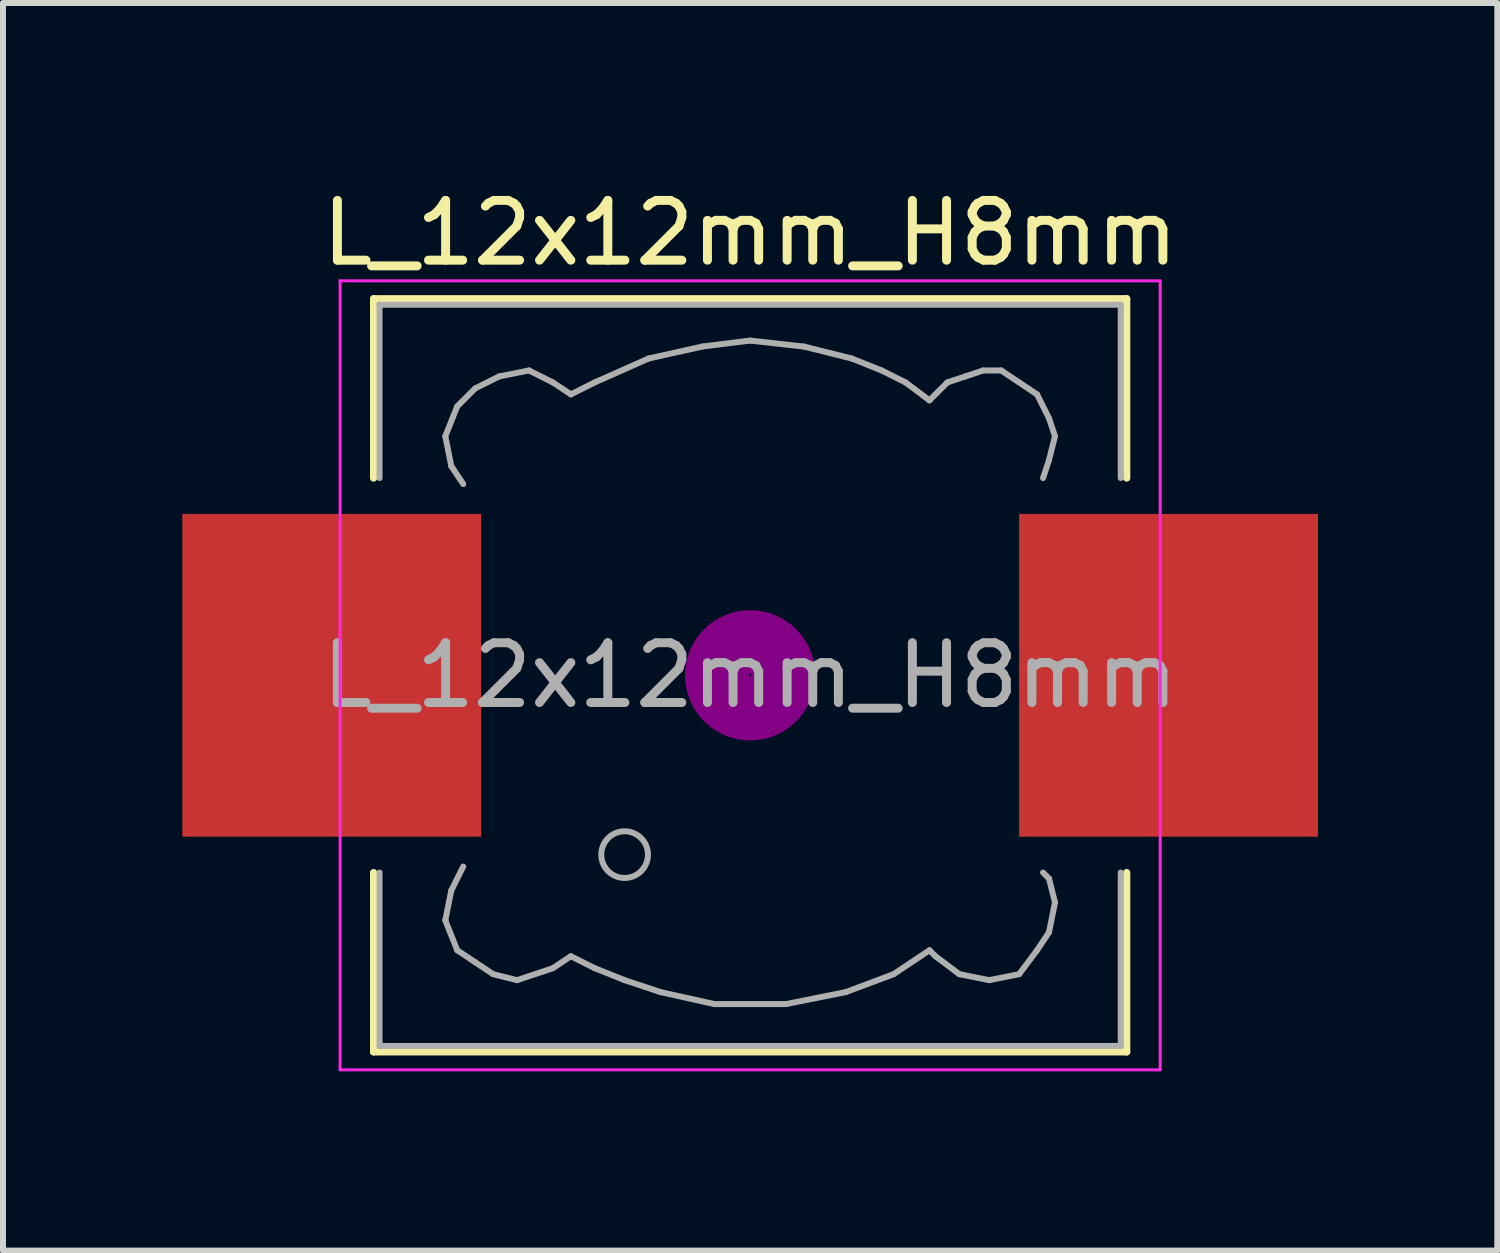
<source format=kicad_pcb>
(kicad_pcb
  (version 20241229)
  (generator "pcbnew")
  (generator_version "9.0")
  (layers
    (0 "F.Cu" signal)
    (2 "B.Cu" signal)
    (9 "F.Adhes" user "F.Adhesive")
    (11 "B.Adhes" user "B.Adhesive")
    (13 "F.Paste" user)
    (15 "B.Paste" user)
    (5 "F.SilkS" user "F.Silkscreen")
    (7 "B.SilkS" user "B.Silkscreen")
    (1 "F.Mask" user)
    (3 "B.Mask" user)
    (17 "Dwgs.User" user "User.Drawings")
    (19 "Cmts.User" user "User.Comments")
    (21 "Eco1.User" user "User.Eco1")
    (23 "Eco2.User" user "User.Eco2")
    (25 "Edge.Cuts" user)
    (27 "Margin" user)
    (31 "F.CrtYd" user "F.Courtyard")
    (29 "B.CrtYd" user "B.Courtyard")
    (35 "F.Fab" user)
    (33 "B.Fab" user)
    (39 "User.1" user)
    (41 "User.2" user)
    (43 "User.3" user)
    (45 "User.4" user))
  (footprint "L_12x12mm_H8mm"
    (layer "F.Cu")
    (at 9.5 8.248)
    (property "Reference" "L_12x12mm_H8mm" (at 0 -7.4 0) (layer "F.SilkS") (effects (font (size 1 1) (thickness 0.15))))
    (attr smd)
    (fp_line (start -6.3 -6.3) (end 6.3 -6.3) (stroke (width 0.12) (type solid)) (layer "F.SilkS"))
    (fp_line (start -6.3 -3.3) (end -6.3 -6.3) (stroke (width 0.12) (type solid)) (layer "F.SilkS"))
    (fp_line (start -6.3 6.3) (end -6.3 3.3) (stroke (width 0.12) (type solid)) (layer "F.SilkS"))
    (fp_line (start 6.3 -6.3) (end 6.3 -3.3) (stroke (width 0.12) (type solid)) (layer "F.SilkS"))
    (fp_line (start 6.3 3.3) (end 6.3 6.3) (stroke (width 0.12) (type solid)) (layer "F.SilkS"))
    (fp_line (start 6.3 6.3) (end -6.3 6.3) (stroke (width 0.12) (type solid)) (layer "F.SilkS"))
    (fp_circle (center 0 0) (end 0.15 0.15) (stroke (width 0.38) (type solid)) (fill no) (layer "F.Adhes"))
    (fp_circle (center 0 0) (end 0.55 0) (stroke (width 0.38) (type solid)) (fill no) (layer "F.Adhes"))
    (fp_circle (center 0 0) (end 0.9 0) (stroke (width 0.38) (type solid)) (fill no) (layer "F.Adhes"))
    (fp_line (start -6.86 -6.6) (end 6.86 -6.6) (stroke (width 0.05) (type solid)) (layer "F.CrtYd"))
    (fp_line (start -6.86 6.6) (end -6.86 -6.6) (stroke (width 0.05) (type solid)) (layer "F.CrtYd"))
    (fp_line (start 6.86 -6.6) (end 6.86 6.6) (stroke (width 0.05) (type solid)) (layer "F.CrtYd"))
    (fp_line (start 6.86 6.6) (end -6.86 6.6) (stroke (width 0.05) (type solid)) (layer "F.CrtYd"))
    (fp_line (start -6.2 -6.2) (end -6.2 -3.3) (stroke (width 0.1) (type solid)) (layer "F.Fab"))
    (fp_line (start -6.2 3.3) (end -6.2 6.2) (stroke (width 0.1) (type solid)) (layer "F.Fab"))
    (fp_line (start -6.2 6.2) (end 6.2 6.2) (stroke (width 0.1) (type solid)) (layer "F.Fab"))
    (fp_line (start -5.1 -4) (end -5 -3.5) (stroke (width 0.1) (type solid)) (layer "F.Fab"))
    (fp_line (start -5.1 4.1) (end -5 3.6) (stroke (width 0.1) (type solid)) (layer "F.Fab"))
    (fp_line (start -5 -3.5) (end -4.8 -3.2) (stroke (width 0.1) (type solid)) (layer "F.Fab"))
    (fp_line (start -5 3.6) (end -4.8 3.2) (stroke (width 0.1) (type solid)) (layer "F.Fab"))
    (fp_line (start -4.9 -4.5) (end -5.1 -4) (stroke (width 0.1) (type solid)) (layer "F.Fab"))
    (fp_line (start -4.9 4.6) (end -5.1 4.1) (stroke (width 0.1) (type solid)) (layer "F.Fab"))
    (fp_line (start -4.6 -4.8) (end -4.9 -4.5) (stroke (width 0.1) (type solid)) (layer "F.Fab"))
    (fp_line (start -4.6 4.8) (end -4.9 4.6) (stroke (width 0.1) (type solid)) (layer "F.Fab"))
    (fp_line (start -4.3 5) (end -4.6 4.8) (stroke (width 0.1) (type solid)) (layer "F.Fab"))
    (fp_line (start -4.2 -5) (end -4.6 -4.8) (stroke (width 0.1) (type solid)) (layer "F.Fab"))
    (fp_line (start -3.9 5.1) (end -4.3 5) (stroke (width 0.1) (type solid)) (layer "F.Fab"))
    (fp_line (start -3.7 -5.1) (end -4.2 -5) (stroke (width 0.1) (type solid)) (layer "F.Fab"))
    (fp_line (start -3.3 -4.9) (end -3.7 -5.1) (stroke (width 0.1) (type solid)) (layer "F.Fab"))
    (fp_line (start -3.3 4.9) (end -3.9 5.1) (stroke (width 0.1) (type solid)) (layer "F.Fab"))
    (fp_line (start -3 -4.7) (end -3.3 -4.9) (stroke (width 0.1) (type solid)) (layer "F.Fab"))
    (fp_line (start -3 4.7) (end -3.3 4.9) (stroke (width 0.1) (type solid)) (layer "F.Fab"))
    (fp_line (start -2.6 -4.9) (end -3 -4.7) (stroke (width 0.1) (type solid)) (layer "F.Fab"))
    (fp_line (start -2.6 4.9) (end -3 4.7) (stroke (width 0.1) (type solid)) (layer "F.Fab"))
    (fp_line (start -2.1 5.1) (end -2.6 4.9) (stroke (width 0.1) (type solid)) (layer "F.Fab"))
    (fp_line (start -1.7 -5.3) (end -2.6 -4.9) (stroke (width 0.1) (type solid)) (layer "F.Fab"))
    (fp_line (start -1.5 5.3) (end -2.1 5.1) (stroke (width 0.1) (type solid)) (layer "F.Fab"))
    (fp_line (start -0.8 -5.5) (end -1.7 -5.3) (stroke (width 0.1) (type solid)) (layer "F.Fab"))
    (fp_line (start -0.6 5.5) (end -1.5 5.3) (stroke (width 0.1) (type solid)) (layer "F.Fab"))
    (fp_line (start 0 -5.6) (end -0.8 -5.5) (stroke (width 0.1) (type solid)) (layer "F.Fab"))
    (fp_line (start 0.6 5.5) (end -0.6 5.5) (stroke (width 0.1) (type solid)) (layer "F.Fab"))
    (fp_line (start 0.9 -5.5) (end 0 -5.6) (stroke (width 0.1) (type solid)) (layer "F.Fab"))
    (fp_line (start 1.6 5.3) (end 0.6 5.5) (stroke (width 0.1) (type solid)) (layer "F.Fab"))
    (fp_line (start 1.7 -5.3) (end 0.9 -5.5) (stroke (width 0.1) (type solid)) (layer "F.Fab"))
    (fp_line (start 2.2 -5.1) (end 1.7 -5.3) (stroke (width 0.1) (type solid)) (layer "F.Fab"))
    (fp_line (start 2.4 5) (end 1.6 5.3) (stroke (width 0.1) (type solid)) (layer "F.Fab"))
    (fp_line (start 2.6 -4.9) (end 2.2 -5.1) (stroke (width 0.1) (type solid)) (layer "F.Fab"))
    (fp_line (start 3 -4.6) (end 2.6 -4.9) (stroke (width 0.1) (type solid)) (layer "F.Fab"))
    (fp_line (start 3 4.6) (end 2.4 5) (stroke (width 0.1) (type solid)) (layer "F.Fab"))
    (fp_line (start 3.1 4.7) (end 3 4.6) (stroke (width 0.1) (type solid)) (layer "F.Fab"))
    (fp_line (start 3.3 -4.9) (end 3 -4.6) (stroke (width 0.1) (type solid)) (layer "F.Fab"))
    (fp_line (start 3.5 5) (end 3.1 4.7) (stroke (width 0.1) (type solid)) (layer "F.Fab"))
    (fp_line (start 3.6 -5) (end 3.3 -4.9) (stroke (width 0.1) (type solid)) (layer "F.Fab"))
    (fp_line (start 3.9 -5.1) (end 3.6 -5) (stroke (width 0.1) (type solid)) (layer "F.Fab"))
    (fp_line (start 4 5.1) (end 3.5 5) (stroke (width 0.1) (type solid)) (layer "F.Fab"))
    (fp_line (start 4.2 -5.1) (end 3.9 -5.1) (stroke (width 0.1) (type solid)) (layer "F.Fab"))
    (fp_line (start 4.5 -4.9) (end 4.2 -5.1) (stroke (width 0.1) (type solid)) (layer "F.Fab"))
    (fp_line (start 4.5 5) (end 4 5.1) (stroke (width 0.1) (type solid)) (layer "F.Fab"))
    (fp_line (start 4.8 -4.7) (end 4.5 -4.9) (stroke (width 0.1) (type solid)) (layer "F.Fab"))
    (fp_line (start 4.8 4.6) (end 4.5 5) (stroke (width 0.1) (type solid)) (layer "F.Fab"))
    (fp_line (start 4.9 -3.3) (end 5 -3.6) (stroke (width 0.1) (type solid)) (layer "F.Fab"))
    (fp_line (start 4.9 3.3) (end 5 3.4) (stroke (width 0.1) (type solid)) (layer "F.Fab"))
    (fp_line (start 5 -4.3) (end 4.8 -4.7) (stroke (width 0.1) (type solid)) (layer "F.Fab"))
    (fp_line (start 5 -3.6) (end 5.1 -4) (stroke (width 0.1) (type solid)) (layer "F.Fab"))
    (fp_line (start 5 3.4) (end 5.1 3.8) (stroke (width 0.1) (type solid)) (layer "F.Fab"))
    (fp_line (start 5 4.3) (end 4.8 4.6) (stroke (width 0.1) (type solid)) (layer "F.Fab"))
    (fp_line (start 5.1 -4) (end 5 -4.3) (stroke (width 0.1) (type solid)) (layer "F.Fab"))
    (fp_line (start 5.1 3.8) (end 5 4.3) (stroke (width 0.1) (type solid)) (layer "F.Fab"))
    (fp_line (start 6.2 -6.2) (end -6.2 -6.2) (stroke (width 0.1) (type solid)) (layer "F.Fab"))
    (fp_line (start 6.2 -6.2) (end 6.2 -3.3) (stroke (width 0.1) (type solid)) (layer "F.Fab"))
    (fp_line (start 6.2 6.2) (end 6.2 3.3) (stroke (width 0.1) (type solid)) (layer "F.Fab"))
    (fp_circle (center -2.1 3) (end -1.8 3.25) (stroke (width 0.1) (type solid)) (fill no) (layer "F.Fab"))
    (fp_text user "${REFERENCE}" (at 0 0 0) (layer "F.Fab") (effects (font (size 1 1) (thickness 0.15))))
    (pad "1" smd rect (at -7 0) (size 5 5.4) (layers "F.Cu" "F.Mask" "F.Paste"))
    (pad "2" smd rect (at 7 0) (size 5 5.4) (layers "F.Cu" "F.Mask" "F.Paste")))
  (gr_rect
    (start -3 -3)
    (end 22 17.873)
    (stroke (width 0.1) (type default))
    (fill no)
    (layer "Edge.Cuts")))
</source>
